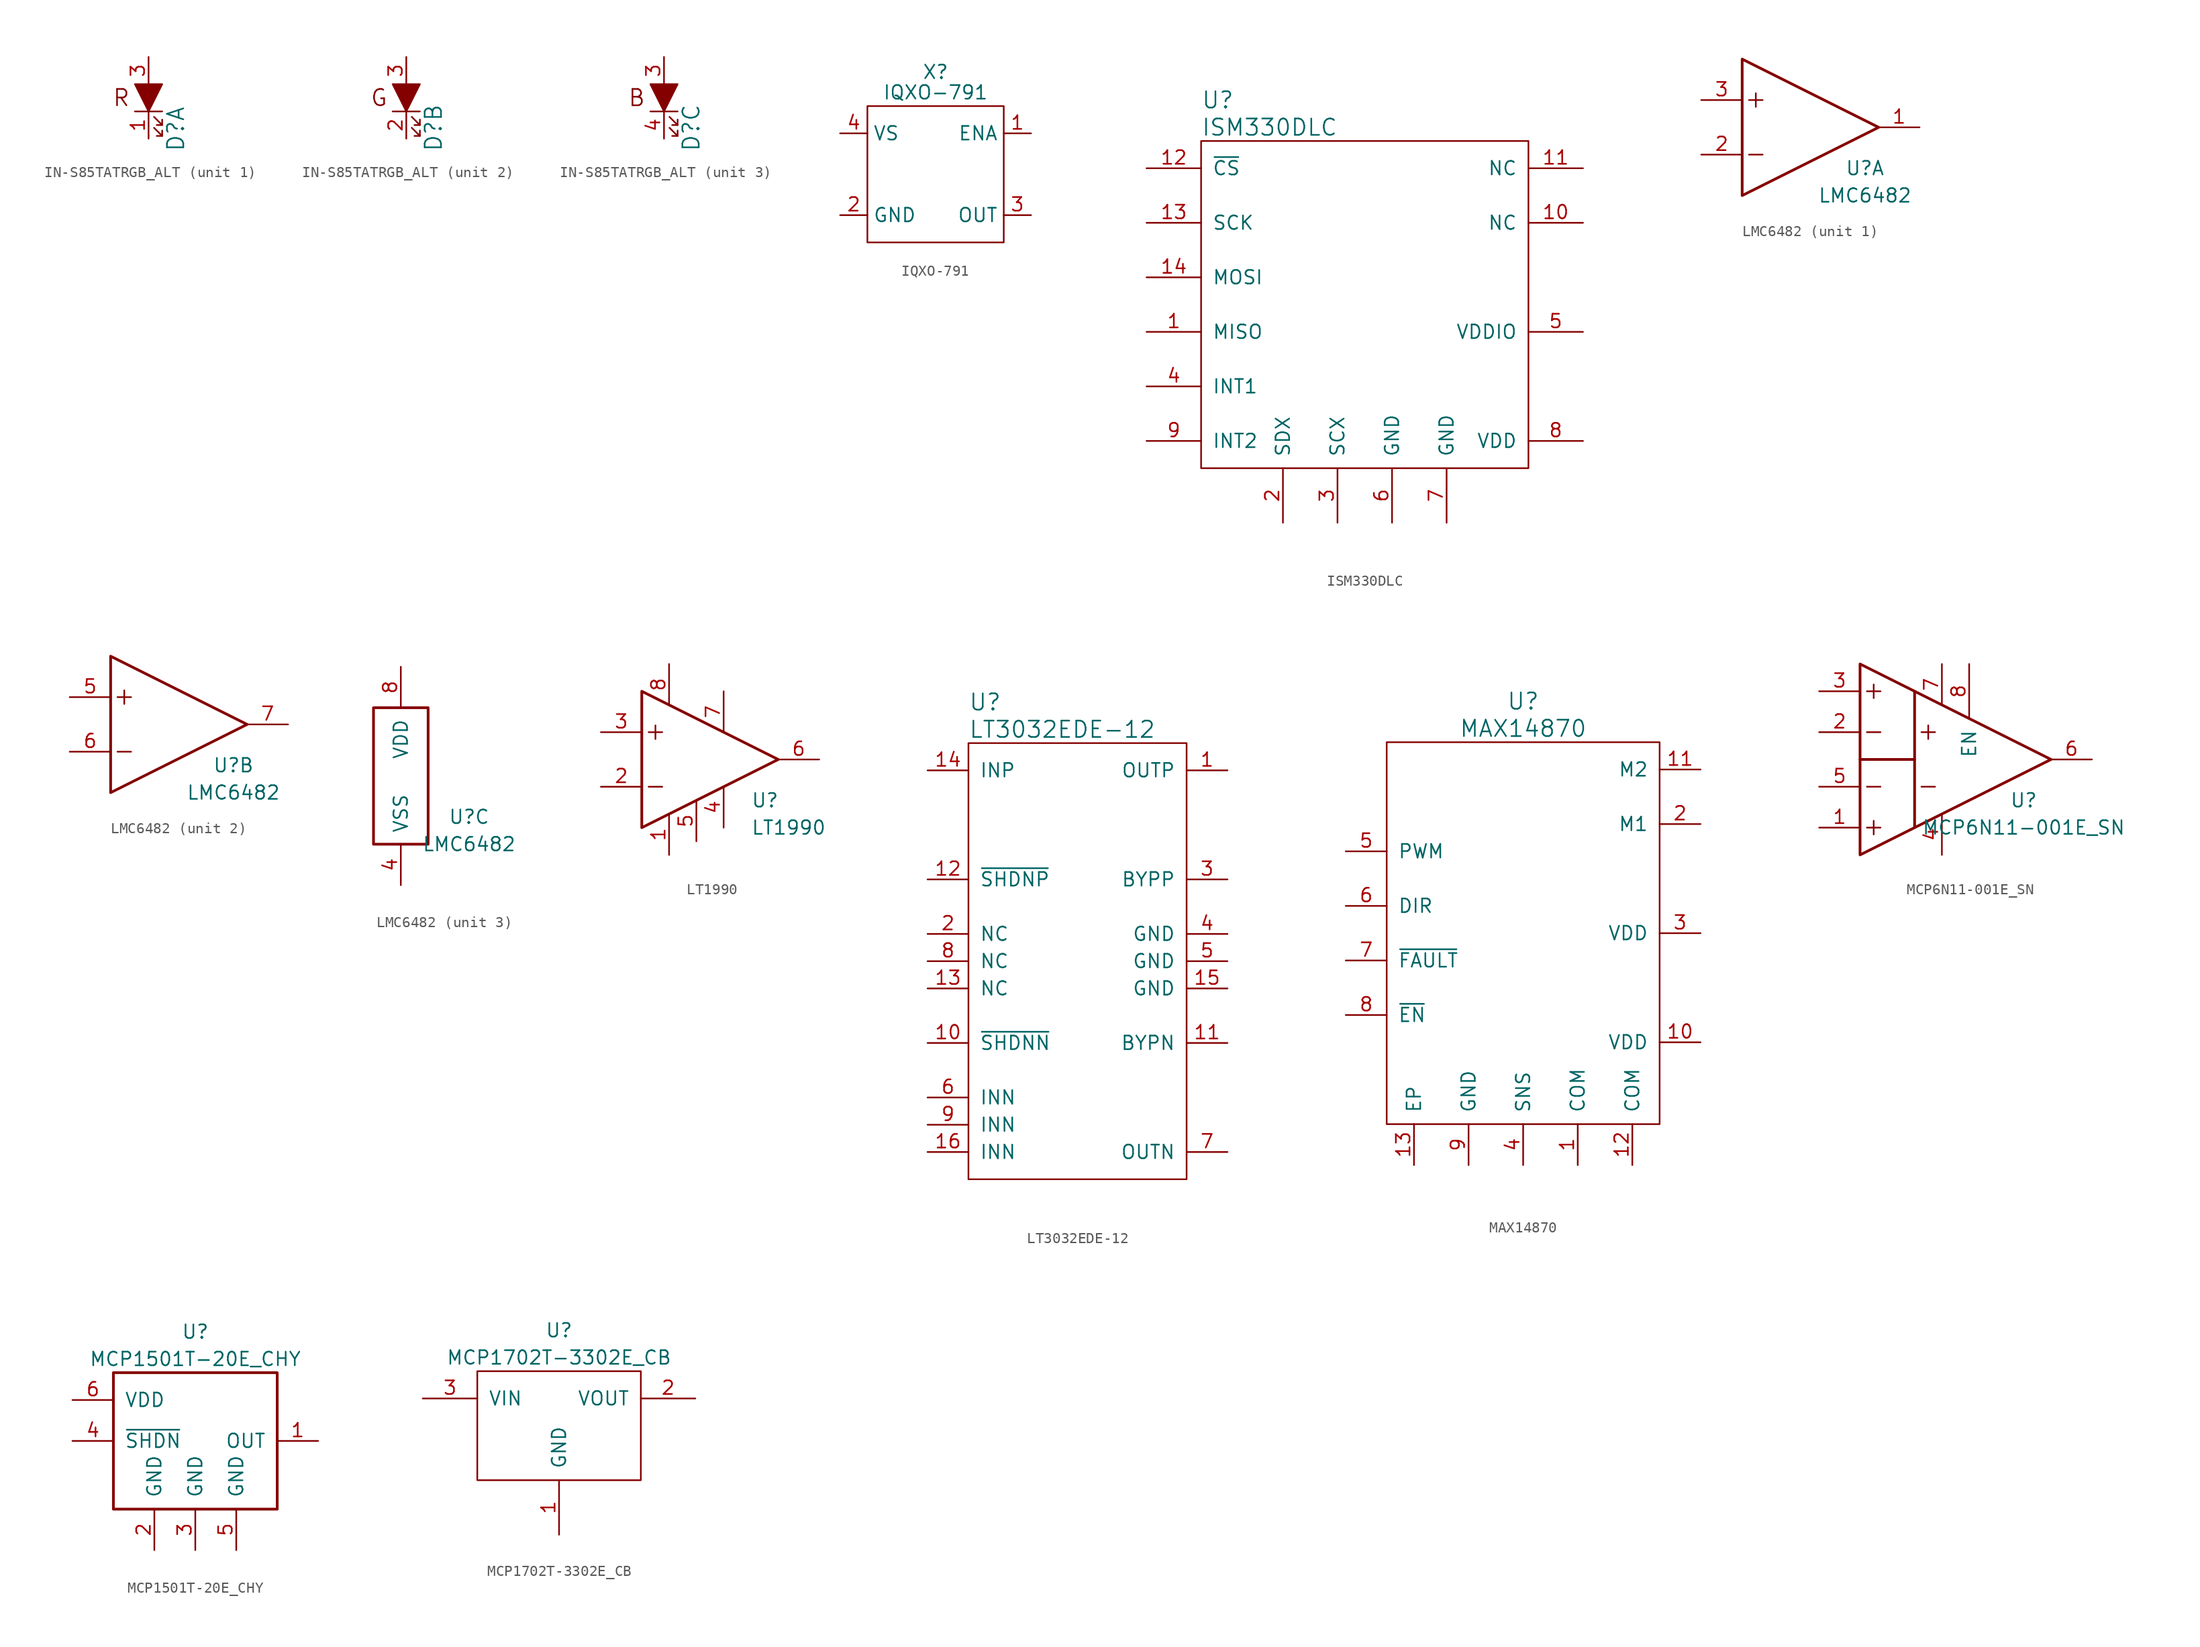
<source format=kicad_sym>
(kicad_symbol_lib
  (version 20231120)
  (generator "kicad_symbol_editor")
  (generator_version "8.0")
  (symbol "IN-S85TATRGB_ALT"
    (pin_names
      (offset 1.016))
    (property "Reference" "D"
      (at 2.54 -5.08 90)
      (effects (font (size 1.524 1.524)) (justify left)))
    (property "ki_locked" ""
      (at 0 0 0)
      (effects (font (size 1.27 1.27))))
    (symbol "IN-S85TATRGB_ALT_0_1"
      (polyline (pts (xy -1.27 -1.27) (xy 1.27 -1.27)) (stroke (width 0) (type default)) (fill (type none)))
      (polyline (pts (xy 1.27 -3.556) (xy 0.762 -3.556)) (stroke (width 0) (type default)) (fill (type none)))
      (polyline (pts (xy 1.27 -2.54) (xy 0.762 -2.54)) (stroke (width 0) (type default)) (fill (type none)))
      (polyline (pts (xy 0.508 -2.794) (xy 1.27 -3.556) (xy 1.27 -3.048)) (stroke (width 0) (type default)) (fill (type none)))
      (polyline (pts (xy 0.508 -1.778) (xy 1.27 -2.54) (xy 1.27 -2.032)) (stroke (width 0) (type default)) (fill (type none)))
      (polyline (pts (xy -1.27 1.27) (xy 1.27 1.27) (xy 0 -1.27) (xy -1.27 1.27)) (stroke (width 0) (type default)) (fill (type outline)))
      (pin input line (at 0 3.81 270) (length 2.54) (name "~" (effects (font (size 1.27 1.27)))) (number "3" (effects (font (size 1.27 1.27))))))
    (symbol "IN-S85TATRGB_ALT_1_0"
      (text "R" (at -2.54 0 0) (effects (font (size 1.524 1.524)))))
    (symbol "IN-S85TATRGB_ALT_1_1"
      (pin input line (at 0 -3.81 90) (length 2.54) (name "~" (effects (font (size 1.27 1.27)))) (number "1" (effects (font (size 1.27 1.27))))))
    (symbol "IN-S85TATRGB_ALT_2_0"
      (text "G" (at -2.54 0 0) (effects (font (size 1.524 1.524)))))
    (symbol "IN-S85TATRGB_ALT_2_1"
      (pin input line (at 0 -3.81 90) (length 2.54) (name "~" (effects (font (size 1.27 1.27)))) (number "2" (effects (font (size 1.27 1.27))))))
    (symbol "IN-S85TATRGB_ALT_3_0"
      (text "B" (at -2.54 0 0) (effects (font (size 1.524 1.524)))))
    (symbol "IN-S85TATRGB_ALT_3_1"
      (pin input line (at 0 -3.81 90) (length 2.54) (name "~" (effects (font (size 1.27 1.27)))) (number "4" (effects (font (size 1.27 1.27)))))))
  (symbol "IQXO-791"
    (property "Reference" "X"
      (at 0 9.525 0)
      (effects (font (size 1.27 1.27))))
    (property "Value" "IQXO-791"
      (at 0 7.62 0)
      (effects (font (size 1.27 1.27))))
    (symbol "IQXO-791_0_1"
      (rectangle (start -6.35 6.35) (end 6.35 -6.35) (stroke (width 0) (type default)) (fill (type none))))
    (symbol "IQXO-791_1_1"
      (pin input line (at 8.89 3.81 180) (length 2.54) (name "ENA" (effects (font (size 1.27 1.27)))) (number "1" (effects (font (size 1.27 1.27)))))
      (pin power_in line (at -8.89 -3.81 0) (length 2.54) (name "GND" (effects (font (size 1.27 1.27)))) (number "2" (effects (font (size 1.27 1.27)))))
      (pin output line (at 8.89 -3.81 180) (length 2.54) (name "OUT" (effects (font (size 1.27 1.27)))) (number "3" (effects (font (size 1.27 1.27)))))
      (pin power_in line (at -8.89 3.81 0) (length 2.54) (name "VS" (effects (font (size 1.27 1.27)))) (number "4" (effects (font (size 1.27 1.27)))))))
  (symbol "ISM330DLC"
    (pin_names
      (offset 1.016))
    (property "Reference" "U"
      (at -15.24 19.05 0)
      (effects (font (size 1.524 1.524)) (justify left)))
    (property "Value" "ISM330DLC"
      (at -15.24 16.51 0)
      (effects (font (size 1.524 1.524)) (justify left)))
    (symbol "ISM330DLC_0_1"
      (rectangle (start -15.24 15.24) (end 15.24 -15.24) (stroke (width 0) (type default)) (fill (type none))))
    (symbol "ISM330DLC_1_1"
      (pin input line (at -20.32 -2.54 0) (length 5.08) (name "MISO" (effects (font (size 1.27 1.27)))) (number "1" (effects (font (size 1.27 1.27)))))
      (pin input line (at 20.32 7.62 180) (length 5.08) (name "NC" (effects (font (size 1.27 1.27)))) (number "10" (effects (font (size 1.27 1.27)))))
      (pin input line (at 20.32 12.7 180) (length 5.08) (name "NC" (effects (font (size 1.27 1.27)))) (number "11" (effects (font (size 1.27 1.27)))))
      (pin input line (at -20.32 12.7 0) (length 5.08) (name "~{CS}" (effects (font (size 1.27 1.27)))) (number "12" (effects (font (size 1.27 1.27)))))
      (pin input line (at -20.32 7.62 0) (length 5.08) (name "SCK" (effects (font (size 1.27 1.27)))) (number "13" (effects (font (size 1.27 1.27)))))
      (pin input line (at -20.32 2.54 0) (length 5.08) (name "MOSI" (effects (font (size 1.27 1.27)))) (number "14" (effects (font (size 1.27 1.27)))))
      (pin input line (at -7.62 -20.32 90) (length 5.08) (name "SDX" (effects (font (size 1.27 1.27)))) (number "2" (effects (font (size 1.27 1.27)))))
      (pin input line (at -2.54 -20.32 90) (length 5.08) (name "SCX" (effects (font (size 1.27 1.27)))) (number "3" (effects (font (size 1.27 1.27)))))
      (pin input line (at -20.32 -7.62 0) (length 5.08) (name "INT1" (effects (font (size 1.27 1.27)))) (number "4" (effects (font (size 1.27 1.27)))))
      (pin input line (at 20.32 -2.54 180) (length 5.08) (name "VDDIO" (effects (font (size 1.27 1.27)))) (number "5" (effects (font (size 1.27 1.27)))))
      (pin input line (at 2.54 -20.32 90) (length 5.08) (name "GND" (effects (font (size 1.27 1.27)))) (number "6" (effects (font (size 1.27 1.27)))))
      (pin input line (at 7.62 -20.32 90) (length 5.08) (name "GND" (effects (font (size 1.27 1.27)))) (number "7" (effects (font (size 1.27 1.27)))))
      (pin input line (at 20.32 -12.7 180) (length 5.08) (name "VDD" (effects (font (size 1.27 1.27)))) (number "8" (effects (font (size 1.27 1.27)))))
      (pin input line (at -20.32 -12.7 0) (length 5.08) (name "INT2" (effects (font (size 1.27 1.27)))) (number "9" (effects (font (size 1.27 1.27)))))))
  (symbol "LMC6482"
    (pin_names
      (offset 1.016))
    (property "Reference" "U"
      (at 6.35 -3.81 0)
      (effects (font (size 1.27 1.27))))
    (property "Value" "LMC6482"
      (at 6.35 -6.35 0)
      (effects (font (size 1.27 1.27))))
    (property "ki_locked" ""
      (at 0 0 0)
      (effects (font (size 1.27 1.27))))
    (symbol "LMC6482_1_1"
      (polyline (pts (xy -4.445 -2.54) (xy -3.175 -2.54)) (stroke (width 0) (type default)) (fill (type none)))
      (polyline (pts (xy -4.445 2.54) (xy -3.175 2.54)) (stroke (width 0) (type default)) (fill (type none)))
      (polyline (pts (xy -3.81 3.175) (xy -3.81 1.905)) (stroke (width 0) (type default)) (fill (type none)))
      (polyline (pts (xy -5.08 0) (xy -5.08 6.35) (xy 7.62 0) (xy -5.08 -6.35) (xy -5.08 0)) (stroke (width 0.254) (type default)) (fill (type none)))
      (pin output line (at 11.43 0 180) (length 3.81) (name "~" (effects (font (size 1.27 1.27)))) (number "1" (effects (font (size 1.27 1.27)))))
      (pin input line (at -8.89 -2.54 0) (length 3.81) (name "~" (effects (font (size 1.27 1.27)))) (number "2" (effects (font (size 1.27 1.27)))))
      (pin input line (at -8.89 2.54 0) (length 3.81) (name "~" (effects (font (size 1.27 1.27)))) (number "3" (effects (font (size 1.27 1.27))))))
    (symbol "LMC6482_2_1"
      (polyline (pts (xy -4.445 -2.54) (xy -3.175 -2.54)) (stroke (width 0) (type default)) (fill (type none)))
      (polyline (pts (xy -4.445 2.54) (xy -3.175 2.54)) (stroke (width 0) (type default)) (fill (type none)))
      (polyline (pts (xy -3.81 3.175) (xy -3.81 1.905)) (stroke (width 0) (type default)) (fill (type none)))
      (polyline (pts (xy -5.08 0) (xy -5.08 6.35) (xy 7.62 0) (xy -5.08 -6.35) (xy -5.08 0)) (stroke (width 0.254) (type default)) (fill (type none)))
      (pin output line (at -8.89 2.54 0) (length 3.81) (name "~" (effects (font (size 1.27 1.27)))) (number "5" (effects (font (size 1.27 1.27)))))
      (pin output line (at -8.89 -2.54 0) (length 3.81) (name "~" (effects (font (size 1.27 1.27)))) (number "6" (effects (font (size 1.27 1.27)))))
      (pin output line (at 11.43 0 180) (length 3.81) (name "~" (effects (font (size 1.27 1.27)))) (number "7" (effects (font (size 1.27 1.27))))))
    (symbol "LMC6482_3_1"
      (rectangle (start 2.54 -6.35) (end -2.54 6.35) (stroke (width 0.254) (type default)) (fill (type none)))
      (pin power_in line (at 0 -10.16 90) (length 3.81) (name "VSS" (effects (font (size 1.27 1.27)))) (number "4" (effects (font (size 1.27 1.27)))))
      (pin power_in line (at 0 10.16 270) (length 3.81) (name "VDD" (effects (font (size 1.27 1.27)))) (number "8" (effects (font (size 1.27 1.27)))))))
  (symbol "LT1990"
    (property "Reference" "U"
      (at 5.08 -3.81 0)
      (effects (font (size 1.27 1.27)) (justify left)))
    (property "Value" "LT1990"
      (at 5.08 -6.35 0)
      (effects (font (size 1.27 1.27)) (justify left)))
    (symbol "LT1990_0_1"
      (polyline (pts (xy -4.445 -2.54) (xy -3.175 -2.54)) (stroke (width 0) (type default)) (fill (type none)))
      (polyline (pts (xy -4.445 2.54) (xy -3.175 2.54)) (stroke (width 0) (type default)) (fill (type none)))
      (polyline (pts (xy -3.81 3.175) (xy -3.81 1.905)) (stroke (width 0) (type default)) (fill (type none)))
      (polyline (pts (xy -5.08 6.35) (xy 7.62 0) (xy -5.08 -6.35) (xy -5.08 6.35)) (stroke (width 0.254) (type default)) (fill (type none)))
      (pin passive line (at 2.54 -6.35 90) (length 3.81) (name "~" (effects (font (size 1.27 1.27)))) (number "4" (effects (font (size 1.27 1.27)))))
      (pin passive line (at 2.54 6.35 270) (length 3.81) (name "~" (effects (font (size 1.27 1.27)))) (number "7" (effects (font (size 1.27 1.27))))))
    (symbol "LT1990_1_1"
      (pin passive line (at -2.54 -8.89 90) (length 3.81) (name "~" (effects (font (size 1.27 1.27)))) (number "1" (effects (font (size 1.27 1.27)))))
      (pin passive line (at -8.89 -2.54 0) (length 3.81) (name "~" (effects (font (size 1.905 1.905)))) (number "2" (effects (font (size 1.27 1.27)))))
      (pin passive line (at -8.89 2.54 0) (length 3.81) (name "~" (effects (font (size 1.905 1.905)))) (number "3" (effects (font (size 1.27 1.27)))))
      (pin passive line (at 0 -7.62 90) (length 3.81) (name "~" (effects (font (size 1.27 1.27)))) (number "5" (effects (font (size 1.27 1.27)))))
      (pin passive line (at 11.43 0 180) (length 3.81) (name "~" (effects (font (size 1.27 1.27)))) (number "6" (effects (font (size 1.27 1.27)))))
      (pin passive line (at -2.54 8.89 270) (length 3.81) (name "~" (effects (font (size 1.27 1.27)))) (number "8" (effects (font (size 1.27 1.27)))))))
  (symbol "LT3032EDE-12"
    (pin_names
      (offset 1.016))
    (property "Reference" "U"
      (at -10.16 24.13 0)
      (effects (font (size 1.524 1.524)) (justify left)))
    (property "Value" "LT3032EDE-12"
      (at -10.16 21.59 0)
      (effects (font (size 1.524 1.524)) (justify left)))
    (symbol "LT3032EDE-12_0_1"
      (rectangle (start -10.16 20.32) (end 10.16 -20.32) (stroke (width 0) (type default)) (fill (type none))))
    (symbol "LT3032EDE-12_1_1"
      (pin input line (at 13.97 17.78 180) (length 3.81) (name "OUTP" (effects (font (size 1.27 1.27)))) (number "1" (effects (font (size 1.27 1.27)))))
      (pin input line (at -13.97 -7.62 0) (length 3.81) (name "~{SHDNN}" (effects (font (size 1.27 1.27)))) (number "10" (effects (font (size 1.27 1.27)))))
      (pin input line (at 13.97 -7.62 180) (length 3.81) (name "BYPN" (effects (font (size 1.27 1.27)))) (number "11" (effects (font (size 1.27 1.27)))))
      (pin input line (at -13.97 7.62 0) (length 3.81) (name "~{SHDNP}" (effects (font (size 1.27 1.27)))) (number "12" (effects (font (size 1.27 1.27)))))
      (pin input line (at -13.97 -2.54 0) (length 3.81) (name "NC" (effects (font (size 1.27 1.27)))) (number "13" (effects (font (size 1.27 1.27)))))
      (pin input line (at -13.97 17.78 0) (length 3.81) (name "INP" (effects (font (size 1.27 1.27)))) (number "14" (effects (font (size 1.27 1.27)))))
      (pin input line (at 13.97 -2.54 180) (length 3.81) (name "GND" (effects (font (size 1.27 1.27)))) (number "15" (effects (font (size 1.27 1.27)))))
      (pin input line (at -13.97 -17.78 0) (length 3.81) (name "INN" (effects (font (size 1.27 1.27)))) (number "16" (effects (font (size 1.27 1.27)))))
      (pin input line (at -13.97 2.54 0) (length 3.81) (name "NC" (effects (font (size 1.27 1.27)))) (number "2" (effects (font (size 1.27 1.27)))))
      (pin input line (at 13.97 7.62 180) (length 3.81) (name "BYPP" (effects (font (size 1.27 1.27)))) (number "3" (effects (font (size 1.27 1.27)))))
      (pin input line (at 13.97 2.54 180) (length 3.81) (name "GND" (effects (font (size 1.27 1.27)))) (number "4" (effects (font (size 1.27 1.27)))))
      (pin input line (at 13.97 0 180) (length 3.81) (name "GND" (effects (font (size 1.27 1.27)))) (number "5" (effects (font (size 1.27 1.27)))))
      (pin input line (at -13.97 -12.7 0) (length 3.81) (name "INN" (effects (font (size 1.27 1.27)))) (number "6" (effects (font (size 1.27 1.27)))))
      (pin input line (at 13.97 -17.78 180) (length 3.81) (name "OUTN" (effects (font (size 1.27 1.27)))) (number "7" (effects (font (size 1.27 1.27)))))
      (pin input line (at -13.97 0 0) (length 3.81) (name "NC" (effects (font (size 1.27 1.27)))) (number "8" (effects (font (size 1.27 1.27)))))
      (pin input line (at -13.97 -15.24 0) (length 3.81) (name "INN" (effects (font (size 1.27 1.27)))) (number "9" (effects (font (size 1.27 1.27)))))))
  (symbol "MAX14870"
    (pin_names
      (offset 1.016))
    (property "Reference" "U"
      (at 0 21.59 0)
      (effects (font (size 1.524 1.524))))
    (property "Value" "MAX14870"
      (at 0 19.05 0)
      (effects (font (size 1.524 1.524))))
    (symbol "MAX14870_0_1"
      (rectangle (start -12.7 17.78) (end 12.7 -17.78) (stroke (width 0) (type default)) (fill (type none))))
    (symbol "MAX14870_1_1"
      (pin input line (at 5.08 -21.59 90) (length 3.81) (name "COM" (effects (font (size 1.27 1.27)))) (number "1" (effects (font (size 1.27 1.27)))))
      (pin input line (at 16.51 -10.16 180) (length 3.81) (name "VDD" (effects (font (size 1.27 1.27)))) (number "10" (effects (font (size 1.27 1.27)))))
      (pin input line (at 16.51 15.24 180) (length 3.81) (name "M2" (effects (font (size 1.27 1.27)))) (number "11" (effects (font (size 1.27 1.27)))))
      (pin input line (at 10.16 -21.59 90) (length 3.81) (name "COM" (effects (font (size 1.27 1.27)))) (number "12" (effects (font (size 1.27 1.27)))))
      (pin input line (at -10.16 -21.59 90) (length 3.81) (name "EP" (effects (font (size 1.27 1.27)))) (number "13" (effects (font (size 1.27 1.27)))))
      (pin input line (at 16.51 10.16 180) (length 3.81) (name "M1" (effects (font (size 1.27 1.27)))) (number "2" (effects (font (size 1.27 1.27)))))
      (pin input line (at 16.51 0 180) (length 3.81) (name "VDD" (effects (font (size 1.27 1.27)))) (number "3" (effects (font (size 1.27 1.27)))))
      (pin input line (at 0 -21.59 90) (length 3.81) (name "SNS" (effects (font (size 1.27 1.27)))) (number "4" (effects (font (size 1.27 1.27)))))
      (pin input line (at -16.51 7.62 0) (length 3.81) (name "PWM" (effects (font (size 1.27 1.27)))) (number "5" (effects (font (size 1.27 1.27)))))
      (pin input line (at -16.51 2.54 0) (length 3.81) (name "DIR" (effects (font (size 1.27 1.27)))) (number "6" (effects (font (size 1.27 1.27)))))
      (pin input line (at -16.51 -2.54 0) (length 3.81) (name "~{FAULT}" (effects (font (size 1.27 1.27)))) (number "7" (effects (font (size 1.27 1.27)))))
      (pin input line (at -16.51 -7.62 0) (length 3.81) (name "~{EN}" (effects (font (size 1.27 1.27)))) (number "8" (effects (font (size 1.27 1.27)))))
      (pin input line (at -5.08 -21.59 90) (length 3.81) (name "GND" (effects (font (size 1.27 1.27)))) (number "9" (effects (font (size 1.27 1.27)))))))
  (symbol "MCP6N11-001E_SN"
    (pin_names
      (offset 1.016))
    (property "Reference" "U"
      (at 7.62 -3.81 0)
      (effects (font (size 1.27 1.27))))
    (property "Value" "MCP6N11-001E_SN"
      (at 7.62 -6.35 0)
      (effects (font (size 1.27 1.27))))
    (symbol "MCP6N11-001E_SN_0_1"
      (polyline (pts (xy -7.62 0) (xy -2.54 0)) (stroke (width 0.254) (type default)) (fill (type none)))
      (polyline (pts (xy -6.985 -6.35) (xy -5.715 -6.35)) (stroke (width 0) (type default)) (fill (type none)))
      (polyline (pts (xy -6.985 -2.54) (xy -5.715 -2.54)) (stroke (width 0) (type default)) (fill (type none)))
      (polyline (pts (xy -6.985 2.54) (xy -5.715 2.54)) (stroke (width 0) (type default)) (fill (type none)))
      (polyline (pts (xy -6.985 6.35) (xy -5.715 6.35)) (stroke (width 0) (type default)) (fill (type none)))
      (polyline (pts (xy -6.35 -5.715) (xy -6.35 -6.985)) (stroke (width 0) (type default)) (fill (type none)))
      (polyline (pts (xy -6.35 6.985) (xy -6.35 5.715)) (stroke (width 0) (type default)) (fill (type none)))
      (polyline (pts (xy -1.905 -2.54) (xy -0.635 -2.54)) (stroke (width 0) (type default)) (fill (type none)))
      (polyline (pts (xy -1.905 2.54) (xy -0.635 2.54)) (stroke (width 0) (type default)) (fill (type none)))
      (polyline (pts (xy -1.27 3.175) (xy -1.27 1.905)) (stroke (width 0) (type default)) (fill (type none)))
      (polyline (pts (xy -2.54 6.35) (xy -7.62 8.89) (xy -7.62 -8.89) (xy -2.54 -6.35)) (stroke (width 0.254) (type default)) (fill (type none)))
      (polyline (pts (xy -2.54 0) (xy -2.54 6.35) (xy 10.16 0) (xy -2.54 -6.35) (xy -2.54 0)) (stroke (width 0.254) (type default)) (fill (type none))))
    (symbol "MCP6N11-001E_SN_1_1"
      (pin input line (at -11.43 -6.35 0) (length 3.81) (name "~" (effects (font (size 1.27 1.27)))) (number "1" (effects (font (size 1.27 1.27)))))
      (pin input line (at -11.43 2.54 0) (length 3.81) (name "~" (effects (font (size 1.27 1.27)))) (number "2" (effects (font (size 1.27 1.27)))))
      (pin input line (at -11.43 6.35 0) (length 3.81) (name "~" (effects (font (size 1.27 1.27)))) (number "3" (effects (font (size 1.27 1.27)))))
      (pin power_in line (at 0 -8.89 90) (length 3.81) (name "~" (effects (font (size 1.27 1.27)))) (number "4" (effects (font (size 1.27 1.27)))))
      (pin input line (at -11.43 -2.54 0) (length 3.81) (name "~" (effects (font (size 1.27 1.27)))) (number "5" (effects (font (size 1.27 1.27)))))
      (pin output line (at 13.97 0 180) (length 3.81) (name "~" (effects (font (size 1.27 1.27)))) (number "6" (effects (font (size 1.27 1.27)))))
      (pin power_in line (at 0 8.89 270) (length 3.81) (name "~" (effects (font (size 1.27 1.27)))) (number "7" (effects (font (size 1.27 1.27)))))
      (pin input line (at 2.54 8.89 270) (length 5.08) (name "EN" (effects (font (size 1.27 1.27)))) (number "8" (effects (font (size 1.27 1.27)))))))
  (symbol "MCP1501T-20E_CHY"
    (pin_names
      (offset 1.016))
    (property "Reference" "U"
      (at 0 10.16 0)
      (effects (font (size 1.27 1.27))))
    (property "Value" "MCP1501T-20E_CHY"
      (at 0 7.62 0)
      (effects (font (size 1.27 1.27))))
    (symbol "MCP1501T-20E_CHY_0_1"
      (rectangle (start -7.62 6.35) (end 7.62 -6.35) (stroke (width 0.254) (type default)) (fill (type none)))
      (pin output line (at 11.43 0 180) (length 3.81) (name "OUT" (effects (font (size 1.27 1.27)))) (number "1" (effects (font (size 1.27 1.27)))))
      (pin power_in line (at -3.81 -10.16 90) (length 3.81) (name "GND" (effects (font (size 1.27 1.27)))) (number "2" (effects (font (size 1.27 1.27)))))
      (pin power_in line (at 0 -10.16 90) (length 3.81) (name "GND" (effects (font (size 1.27 1.27)))) (number "3" (effects (font (size 1.27 1.27)))))
      (pin input line (at -11.43 0 0) (length 3.81) (name "~{SHDN}" (effects (font (size 1.27 1.27)))) (number "4" (effects (font (size 1.27 1.27)))))
      (pin power_in line (at 3.81 -10.16 90) (length 3.81) (name "GND" (effects (font (size 1.27 1.27)))) (number "5" (effects (font (size 1.27 1.27)))))
      (pin power_in line (at -11.43 3.81 0) (length 3.81) (name "VDD" (effects (font (size 1.27 1.27)))) (number "6" (effects (font (size 1.27 1.27)))))))
  (symbol "MCP1702T-3302E_CB"
    (pin_names
      (offset 1.016))
    (property "Reference" "U"
      (at 0 8.89 0)
      (effects (font (size 1.27 1.27))))
    (property "Value" "MCP1702T-3302E_CB"
      (at 0 6.35 0)
      (effects (font (size 1.27 1.27))))
    (symbol "MCP1702T-3302E_CB_0_1"
      (rectangle (start 7.62 5.08) (end -7.62 -5.08) (stroke (width 0) (type default)) (fill (type none))))
    (symbol "MCP1702T-3302E_CB_1_1"
      (pin input line (at 0 -10.16 90) (length 5.08) (name "GND" (effects (font (size 1.27 1.27)))) (number "1" (effects (font (size 1.27 1.27)))))
      (pin input line (at 12.7 2.54 180) (length 5.08) (name "VOUT" (effects (font (size 1.27 1.27)))) (number "2" (effects (font (size 1.27 1.27)))))
      (pin input line (at -12.7 2.54 0) (length 5.08) (name "VIN" (effects (font (size 1.27 1.27)))) (number "3" (effects (font (size 1.27 1.27))))))))
</source>
